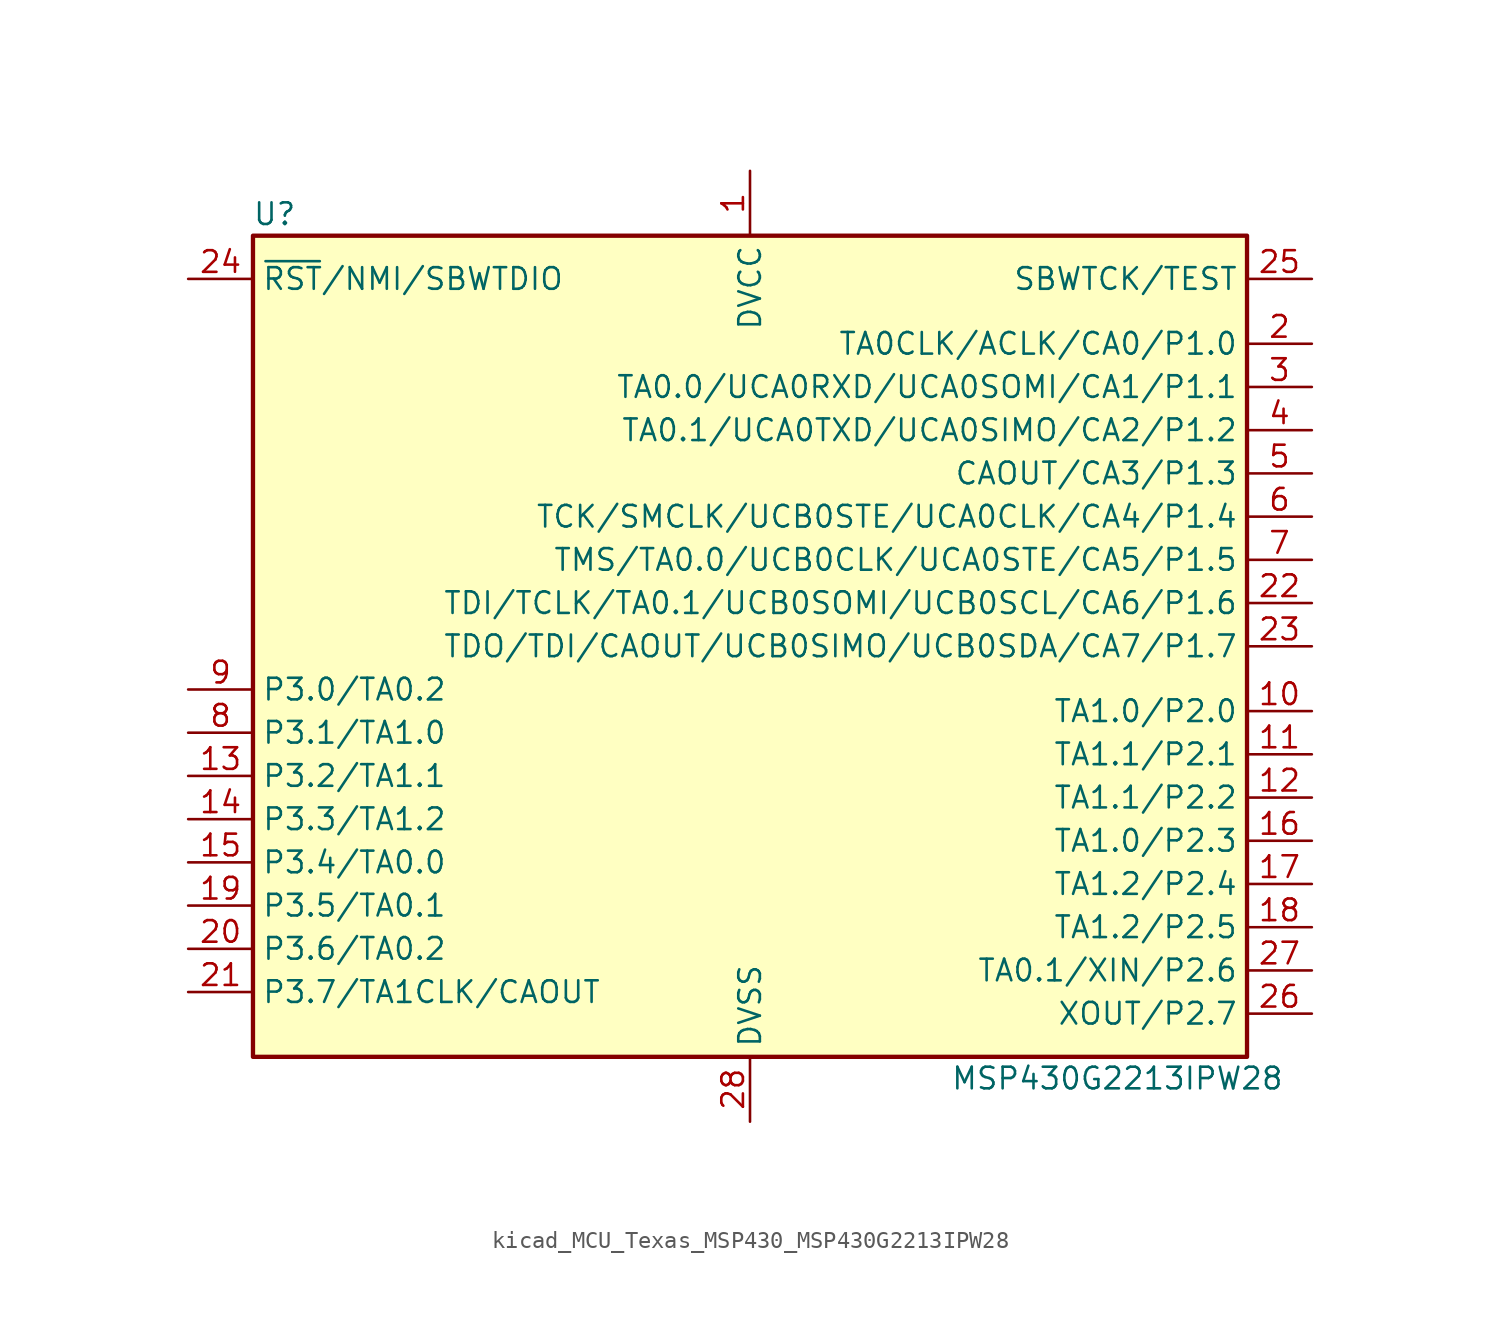
<source format=kicad_sym>
(kicad_symbol_lib
  (version 20220914)
  (generator kicad_symbol_editor)
  (symbol "kicad_MCU_Texas_MSP430_MSP430G2213IPW28"
    (property "Reference" "U"
      (at -27.94 25.4 0)
      (effects (font (size 1.27 1.27))))
    (property "Value" "MSP430G2213IPW28"
      (at 21.59 -25.4 0)
      (effects (font (size 1.27 1.27))))
    (symbol "kicad_MCU_Texas_MSP430_MSP430G2213IPW28_0_1"
      (rectangle (start -29.21 24.13) (end 29.21 -24.13) (stroke (width 0.254) (type default)) (fill (type background))))
    (symbol "kicad_MCU_Texas_MSP430_MSP430G2213IPW28_1_1"
      (pin power_in line (at 0 27.94 270) (length 3.81) (name "DVCC" (effects (font (size 1.27 1.27)))) (number "1" (effects (font (size 1.27 1.27)))))
      (pin bidirectional line (at 33.02 -3.81 180) (length 3.81) (name "TA1.0/P2.0" (effects (font (size 1.27 1.27)))) (number "10" (effects (font (size 1.27 1.27)))))
      (pin bidirectional line (at 33.02 -6.35 180) (length 3.81) (name "TA1.1/P2.1" (effects (font (size 1.27 1.27)))) (number "11" (effects (font (size 1.27 1.27)))))
      (pin bidirectional line (at 33.02 -8.89 180) (length 3.81) (name "TA1.1/P2.2" (effects (font (size 1.27 1.27)))) (number "12" (effects (font (size 1.27 1.27)))))
      (pin bidirectional line (at -33.02 -7.62 0) (length 3.81) (name "P3.2/TA1.1" (effects (font (size 1.27 1.27)))) (number "13" (effects (font (size 1.27 1.27)))))
      (pin bidirectional line (at -33.02 -10.16 0) (length 3.81) (name "P3.3/TA1.2" (effects (font (size 1.27 1.27)))) (number "14" (effects (font (size 1.27 1.27)))))
      (pin bidirectional line (at -33.02 -12.7 0) (length 3.81) (name "P3.4/TA0.0" (effects (font (size 1.27 1.27)))) (number "15" (effects (font (size 1.27 1.27)))))
      (pin bidirectional line (at 33.02 -11.43 180) (length 3.81) (name "TA1.0/P2.3" (effects (font (size 1.27 1.27)))) (number "16" (effects (font (size 1.27 1.27)))))
      (pin bidirectional line (at 33.02 -13.97 180) (length 3.81) (name "TA1.2/P2.4" (effects (font (size 1.27 1.27)))) (number "17" (effects (font (size 1.27 1.27)))))
      (pin bidirectional line (at 33.02 -16.51 180) (length 3.81) (name "TA1.2/P2.5" (effects (font (size 1.27 1.27)))) (number "18" (effects (font (size 1.27 1.27)))))
      (pin bidirectional line (at -33.02 -15.24 0) (length 3.81) (name "P3.5/TA0.1" (effects (font (size 1.27 1.27)))) (number "19" (effects (font (size 1.27 1.27)))))
      (pin bidirectional line (at 33.02 17.78 180) (length 3.81) (name "TA0CLK/ACLK/CA0/P1.0" (effects (font (size 1.27 1.27)))) (number "2" (effects (font (size 1.27 1.27)))))
      (pin bidirectional line (at -33.02 -17.78 0) (length 3.81) (name "P3.6/TA0.2" (effects (font (size 1.27 1.27)))) (number "20" (effects (font (size 1.27 1.27)))))
      (pin bidirectional line (at -33.02 -20.32 0) (length 3.81) (name "P3.7/TA1CLK/CAOUT" (effects (font (size 1.27 1.27)))) (number "21" (effects (font (size 1.27 1.27)))))
      (pin bidirectional line (at 33.02 2.54 180) (length 3.81) (name "TDI/TCLK/TA0.1/UCB0SOMI/UCB0SCL/CA6/P1.6" (effects (font (size 1.27 1.27)))) (number "22" (effects (font (size 1.27 1.27)))))
      (pin bidirectional line (at 33.02 0 180) (length 3.81) (name "TDO/TDI/CAOUT/UCB0SIMO/UCB0SDA/CA7/P1.7" (effects (font (size 1.27 1.27)))) (number "23" (effects (font (size 1.27 1.27)))))
      (pin input line (at -33.02 21.59 0) (length 3.81) (name "~{RST}/NMI/SBWTDIO" (effects (font (size 1.27 1.27)))) (number "24" (effects (font (size 1.27 1.27)))))
      (pin input line (at 33.02 21.59 180) (length 3.81) (name "SBWTCK/TEST" (effects (font (size 1.27 1.27)))) (number "25" (effects (font (size 1.27 1.27)))))
      (pin bidirectional line (at 33.02 -21.59 180) (length 3.81) (name "XOUT/P2.7" (effects (font (size 1.27 1.27)))) (number "26" (effects (font (size 1.27 1.27)))))
      (pin bidirectional line (at 33.02 -19.05 180) (length 3.81) (name "TA0.1/XIN/P2.6" (effects (font (size 1.27 1.27)))) (number "27" (effects (font (size 1.27 1.27)))))
      (pin power_in line (at 0 -27.94 90) (length 3.81) (name "DVSS" (effects (font (size 1.27 1.27)))) (number "28" (effects (font (size 1.27 1.27)))))
      (pin bidirectional line (at 33.02 15.24 180) (length 3.81) (name "TA0.0/UCA0RXD/UCA0SOMI/CA1/P1.1" (effects (font (size 1.27 1.27)))) (number "3" (effects (font (size 1.27 1.27)))))
      (pin bidirectional line (at 33.02 12.7 180) (length 3.81) (name "TA0.1/UCA0TXD/UCA0SIMO/CA2/P1.2" (effects (font (size 1.27 1.27)))) (number "4" (effects (font (size 1.27 1.27)))))
      (pin bidirectional line (at 33.02 10.16 180) (length 3.81) (name "CAOUT/CA3/P1.3" (effects (font (size 1.27 1.27)))) (number "5" (effects (font (size 1.27 1.27)))))
      (pin bidirectional line (at 33.02 7.62 180) (length 3.81) (name "TCK/SMCLK/UCB0STE/UCA0CLK/CA4/P1.4" (effects (font (size 1.27 1.27)))) (number "6" (effects (font (size 1.27 1.27)))))
      (pin bidirectional line (at 33.02 5.08 180) (length 3.81) (name "TMS/TA0.0/UCB0CLK/UCA0STE/CA5/P1.5" (effects (font (size 1.27 1.27)))) (number "7" (effects (font (size 1.27 1.27)))))
      (pin bidirectional line (at -33.02 -5.08 0) (length 3.81) (name "P3.1/TA1.0" (effects (font (size 1.27 1.27)))) (number "8" (effects (font (size 1.27 1.27)))))
      (pin bidirectional line (at -33.02 -2.54 0) (length 3.81) (name "P3.0/TA0.2" (effects (font (size 1.27 1.27)))) (number "9" (effects (font (size 1.27 1.27))))))))
</source>
